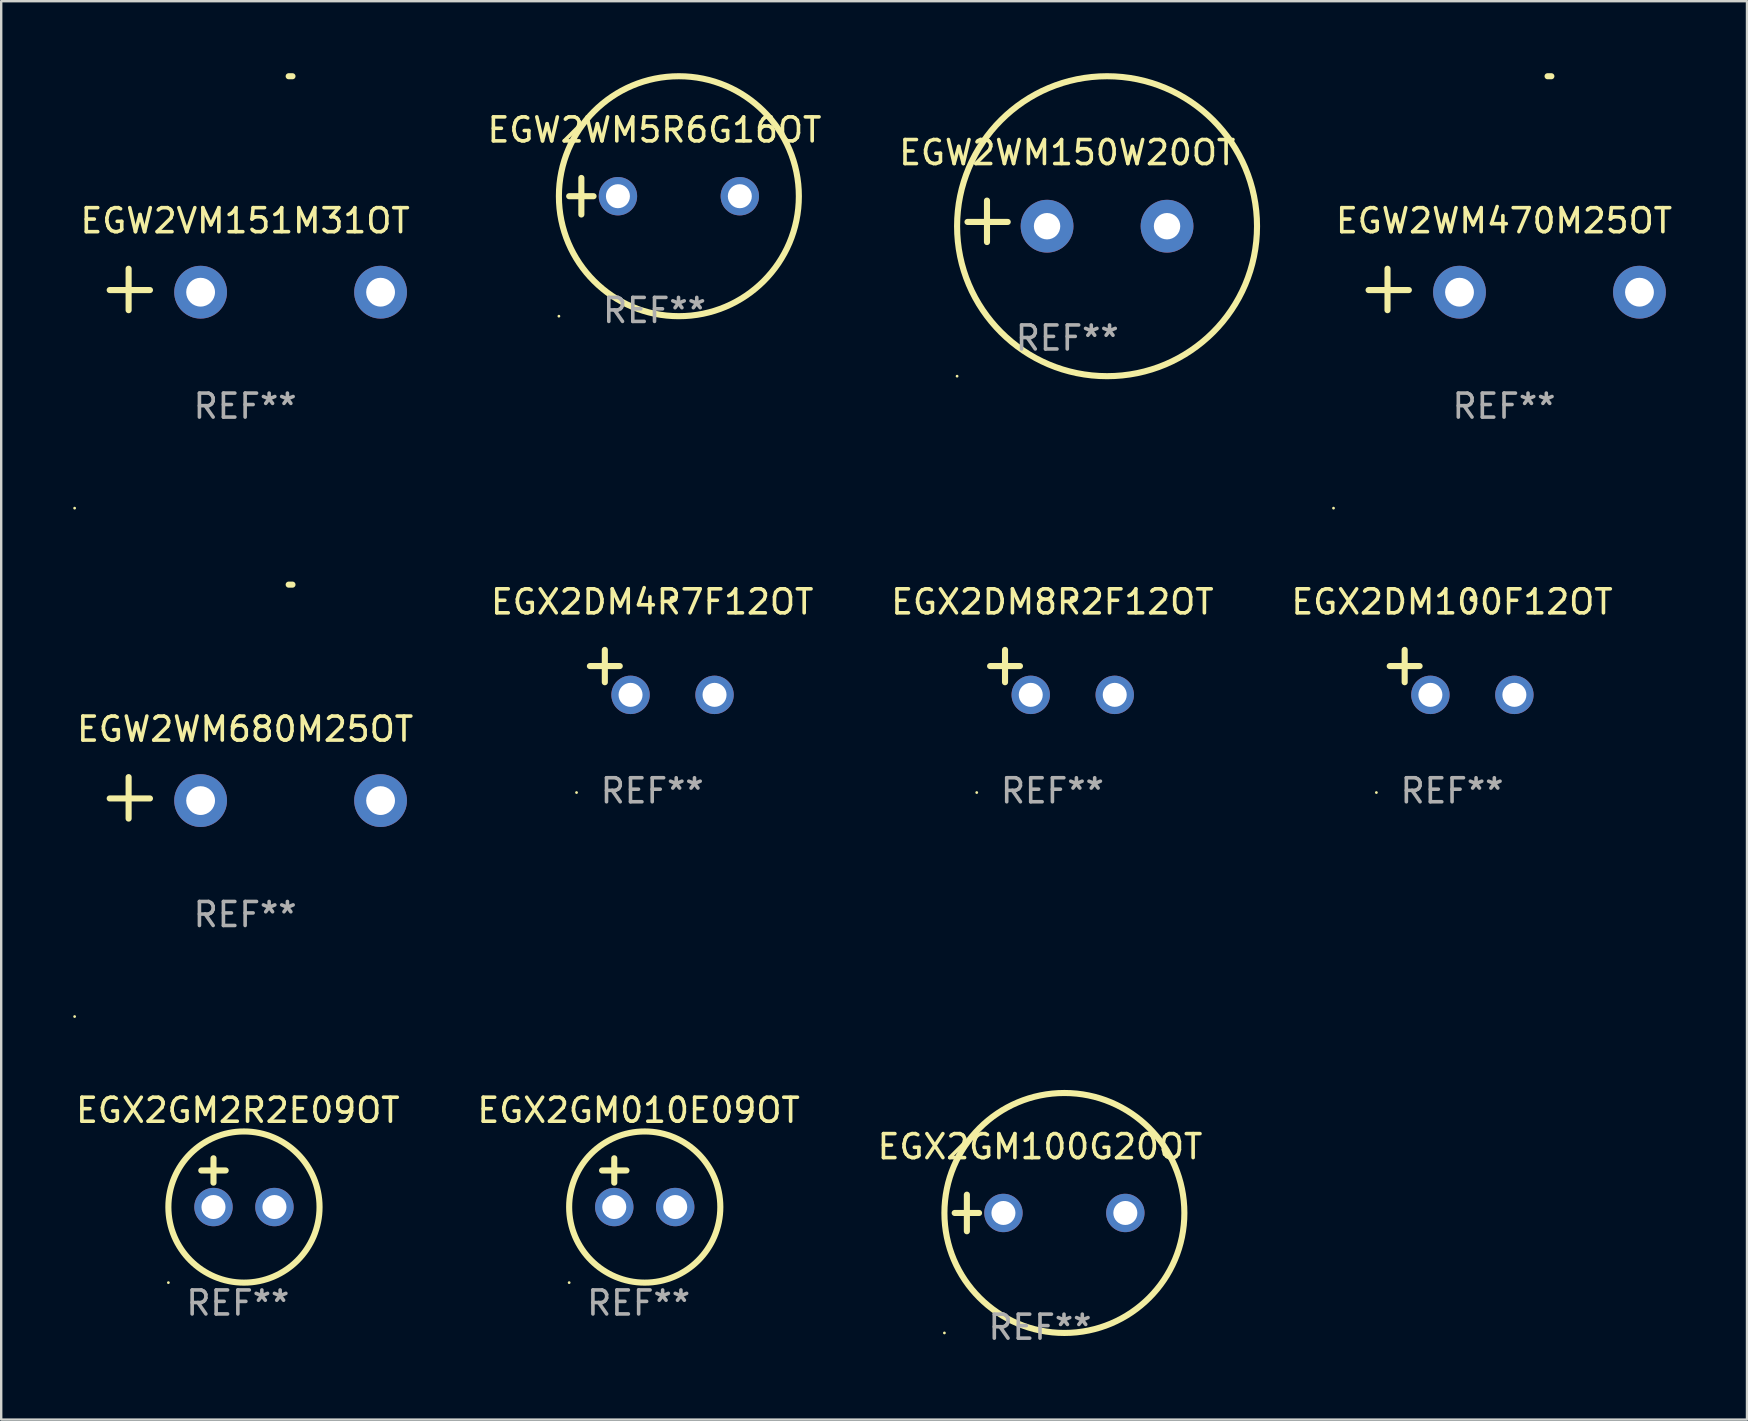
<source format=kicad_pcb>
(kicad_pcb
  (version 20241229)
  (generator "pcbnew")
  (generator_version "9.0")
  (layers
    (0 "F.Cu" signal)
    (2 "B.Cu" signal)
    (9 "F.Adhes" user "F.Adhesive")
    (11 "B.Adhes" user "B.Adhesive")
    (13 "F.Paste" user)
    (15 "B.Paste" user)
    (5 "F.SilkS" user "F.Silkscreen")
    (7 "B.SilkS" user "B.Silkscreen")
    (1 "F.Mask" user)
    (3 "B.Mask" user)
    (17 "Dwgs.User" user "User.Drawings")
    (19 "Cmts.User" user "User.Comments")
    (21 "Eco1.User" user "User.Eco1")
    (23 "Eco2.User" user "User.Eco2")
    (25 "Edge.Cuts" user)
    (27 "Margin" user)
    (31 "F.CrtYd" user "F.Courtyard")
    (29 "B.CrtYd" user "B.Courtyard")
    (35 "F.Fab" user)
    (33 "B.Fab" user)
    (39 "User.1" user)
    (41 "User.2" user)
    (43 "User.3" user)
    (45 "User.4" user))
  (footprint "EGX2GM100G20OT"
    (layer "F.Cu")
    (at 40.292 47.5)
    (property "Reference" "EGX2GM100G20OT" (at 0 -2.762 0) (layer "F.SilkS") (effects (font (size 1 1) (thickness 0.15))))
    (attr through_hole)
    (fp_line (start -3.556 0) (end -2.54 0) (stroke (width 0.254) (type solid)) (layer "F.SilkS"))
    (fp_line (start -3.048 -0.762) (end -3.048 0.762) (stroke (width 0.254) (type solid)) (layer "F.SilkS"))
    (fp_circle (center -3.984 5) (end -3.954 5) (stroke (width 0.06) (type solid)) (fill no) (layer "F.SilkS"))
    (fp_circle (center 1.016 0) (end 6.016 0) (stroke (width 0.254) (type solid)) (fill no) (layer "F.SilkS"))
    (fp_text user "REF**" (at 0 4.762 0) (layer "F.Fab") (effects (font (size 1 1) (thickness 0.15))))
    (pad "1" thru_hole circle (at -1.524 0) (size 1.6 1.6) (drill 1) (layers "*.Cu" "*.Mask"))
    (pad "2" thru_hole circle (at 3.556 0) (size 1.6 1.6) (drill 1) (layers "*.Cu" "*.Mask")))
  (footprint "EGW2WM5R6G16OT"
    (layer "F.Cu")
    (at 24.226 5.127)
    (property "Reference" "EGW2WM5R6G16OT" (at 0 -2.762 0) (layer "F.SilkS") (effects (font (size 1 1) (thickness 0.15))))
    (attr through_hole)
    (fp_line (start -3.556 0) (end -2.54 0) (stroke (width 0.254) (type solid)) (layer "F.SilkS"))
    (fp_line (start -3.048 -0.762) (end -3.048 0.762) (stroke (width 0.254) (type solid)) (layer "F.SilkS"))
    (fp_circle (center -3.984 5) (end -3.954 5) (stroke (width 0.06) (type solid)) (fill no) (layer "F.SilkS"))
    (fp_circle (center 1.016 0) (end 6.016 0) (stroke (width 0.254) (type solid)) (fill no) (layer "F.SilkS"))
    (fp_text user "REF**" (at 0 4.762 0) (layer "F.Fab") (effects (font (size 1 1) (thickness 0.15))))
    (pad "1" thru_hole circle (at -1.524 0) (size 1.6 1.6) (drill 1) (layers "*.Cu" "*.Mask"))
    (pad "2" thru_hole circle (at 3.556 0) (size 1.6 1.6) (drill 1) (layers "*.Cu" "*.Mask")))
  (footprint "EGX2DM4R7F12OT"
    (layer "F.Cu")
    (at 24.131 24.971)
    (property "Reference" "EGX2DM4R7F12OT" (at 0 -2.937 0) (layer "F.SilkS") (effects (font (size 1 1) (thickness 0.15))))
    (attr through_hole)
    (fp_line (start -1.975 0.41) (end -1.975 -0.937) (stroke (width 0.254) (type solid)) (layer "F.SilkS"))
    (fp_line (start -1.353 -0.263) (end -2.597 -0.263) (stroke (width 0.254) (type solid)) (layer "F.SilkS"))
    (fp_arc (start 0.849809 -3.063957) (mid 0.885369 -3.064114) (end 0.920929 -3.063957) (stroke (width 0.254001) (type solid)) (layer "F.SilkS"))
    (fp_circle (center -3.154 5.008) (end -3.124 5.008) (stroke (width 0.06) (type solid)) (fill no) (layer "F.SilkS"))
    (fp_text user "REF**" (at 0 4.937 0) (layer "F.Fab") (effects (font (size 1 1) (thickness 0.15))))
    (pad "1" thru_hole circle (at -0.903 0.937) (size 1.6 1.6) (drill 1) (layers "*.Cu" "*.Mask"))
    (pad "2" thru_hole circle (at 2.597 0.937) (size 1.6 1.6) (drill 1) (layers "*.Cu" "*.Mask")))
  (footprint "EGW2VM151M31OT"
    (layer "F.Cu")
    (at 7.166 9.013)
    (property "Reference" "EGW2VM151M31OT" (at 0 -2.864 0) (layer "F.SilkS") (effects (font (size 1 1) (thickness 0.15))))
    (attr through_hole)
    (fp_line (start -4.856 0.864) (end -4.856 -0.864) (stroke (width 0.254) (type solid)) (layer "F.SilkS"))
    (fp_line (start -3.967 0.025) (end -5.644 0.025) (stroke (width 0.254) (type solid)) (layer "F.SilkS"))
    (fp_arc (start 1.815024 -8.885649) (mid 1.893764 -8.88599) (end 1.972504 -8.885649) (stroke (width 0.254001) (type solid)) (layer "F.SilkS"))
    (fp_circle (center -7.106 9.114) (end -7.076 9.114) (stroke (width 0.06) (type solid)) (fill no) (layer "F.SilkS"))
    (fp_text user "REF**" (at 0 4.864 0) (layer "F.Fab") (effects (font (size 1 1) (thickness 0.15))))
    (pad "1" thru_hole circle (at -1.856 0.114) (size 2.2 2.2) (drill 1.2) (layers "*.Cu" "*.Mask"))
    (pad "2" thru_hole circle (at 5.644 0.114) (size 2.2 2.2) (drill 1.2) (layers "*.Cu" "*.Mask")))
  (footprint "EGX2DM100F12OT"
    (layer "F.Cu")
    (at 57.464 24.971)
    (property "Reference" "EGX2DM100F12OT" (at 0 -2.937 0) (layer "F.SilkS") (effects (font (size 1 1) (thickness 0.15))))
    (attr through_hole)
    (fp_line (start -1.975 0.41) (end -1.975 -0.937) (stroke (width 0.254) (type solid)) (layer "F.SilkS"))
    (fp_line (start -1.353 -0.263) (end -2.597 -0.263) (stroke (width 0.254) (type solid)) (layer "F.SilkS"))
    (fp_arc (start 0.849809 -3.063957) (mid 0.885369 -3.064114) (end 0.920929 -3.063957) (stroke (width 0.254001) (type solid)) (layer "F.SilkS"))
    (fp_circle (center -3.154 5.008) (end -3.124 5.008) (stroke (width 0.06) (type solid)) (fill no) (layer "F.SilkS"))
    (fp_text user "REF**" (at 0 4.937 0) (layer "F.Fab") (effects (font (size 1 1) (thickness 0.15))))
    (pad "1" thru_hole circle (at -0.903 0.937) (size 1.6 1.6) (drill 1) (layers "*.Cu" "*.Mask"))
    (pad "2" thru_hole circle (at 2.597 0.937) (size 1.6 1.6) (drill 1) (layers "*.Cu" "*.Mask")))
  (footprint "EGW2WM150W20OT"
    (layer "F.Cu")
    (at 41.428 6.174)
    (property "Reference" "EGW2WM150W20OT" (at 0 -2.864 0) (layer "F.SilkS") (effects (font (size 1 1) (thickness 0.15))))
    (attr through_hole)
    (fp_line (start -3.346 0.864) (end -3.346 -0.864) (stroke (width 0.254) (type solid)) (layer "F.SilkS"))
    (fp_line (start -2.482 0.025) (end -4.158 0.025) (stroke (width 0.254) (type solid)) (layer "F.SilkS"))
    (fp_circle (center -4.592 6.453) (end -4.562 6.453) (stroke (width 0.06) (type solid)) (fill no) (layer "F.SilkS"))
    (fp_circle (center 1.658 0.203) (end 7.908 0.203) (stroke (width 0.254) (type solid)) (fill no) (layer "F.SilkS"))
    (fp_text user "REF**" (at 0 4.864 0) (layer "F.Fab") (effects (font (size 1 1) (thickness 0.15))))
    (pad "1" thru_hole circle (at -0.842 0.203) (size 2.2 2.2) (drill 1.1) (layers "*.Cu" "*.Mask"))
    (pad "2" thru_hole circle (at 4.158 0.203) (size 2.2 2.2) (drill 1.1) (layers "*.Cu" "*.Mask")))
  (footprint "EGW2WM470M25OT"
    (layer "F.Cu")
    (at 59.63 9.013)
    (property "Reference" "EGW2WM470M25OT" (at 0 -2.864 0) (layer "F.SilkS") (effects (font (size 1 1) (thickness 0.15))))
    (attr through_hole)
    (fp_line (start -4.856 0.864) (end -4.856 -0.864) (stroke (width 0.254) (type solid)) (layer "F.SilkS"))
    (fp_line (start -3.967 0.025) (end -5.644 0.025) (stroke (width 0.254) (type solid)) (layer "F.SilkS"))
    (fp_arc (start 1.815024 -8.885649) (mid 1.893764 -8.88599) (end 1.972504 -8.885649) (stroke (width 0.254001) (type solid)) (layer "F.SilkS"))
    (fp_circle (center -7.106 9.114) (end -7.076 9.114) (stroke (width 0.06) (type solid)) (fill no) (layer "F.SilkS"))
    (fp_text user "REF**" (at 0 4.864 0) (layer "F.Fab") (effects (font (size 1 1) (thickness 0.15))))
    (pad "1" thru_hole circle (at -1.856 0.114) (size 2.2 2.2) (drill 1.2) (layers "*.Cu" "*.Mask"))
    (pad "2" thru_hole circle (at 5.644 0.114) (size 2.2 2.2) (drill 1.2) (layers "*.Cu" "*.Mask")))
  (footprint "EGW2WM680M25OT"
    (layer "F.Cu")
    (at 7.166 30.2)
    (property "Reference" "EGW2WM680M25OT" (at 0 -2.864 0) (layer "F.SilkS") (effects (font (size 1 1) (thickness 0.15))))
    (attr through_hole)
    (fp_line (start -4.856 0.864) (end -4.856 -0.864) (stroke (width 0.254) (type solid)) (layer "F.SilkS"))
    (fp_line (start -3.967 0.025) (end -5.644 0.025) (stroke (width 0.254) (type solid)) (layer "F.SilkS"))
    (fp_arc (start 1.815024 -8.885649) (mid 1.893764 -8.88599) (end 1.972504 -8.885649) (stroke (width 0.254001) (type solid)) (layer "F.SilkS"))
    (fp_circle (center -7.106 9.114) (end -7.076 9.114) (stroke (width 0.06) (type solid)) (fill no) (layer "F.SilkS"))
    (fp_text user "REF**" (at 0 4.864 0) (layer "F.Fab") (effects (font (size 1 1) (thickness 0.15))))
    (pad "1" thru_hole circle (at -1.856 0.114) (size 2.2 2.2) (drill 1.2) (layers "*.Cu" "*.Mask"))
    (pad "2" thru_hole circle (at 5.644 0.114) (size 2.2 2.2) (drill 1.2) (layers "*.Cu" "*.Mask")))
  (footprint "EGX2GM010E09OT"
    (layer "F.Cu")
    (at 23.565 46.237)
    (property "Reference" "EGX2GM010E09OT" (at 0 -3.016 0) (layer "F.SilkS") (effects (font (size 1 1) (thickness 0.15))))
    (attr through_hole)
    (fp_line (start -1.524 -0.508) (end -0.508 -0.508) (stroke (width 0.254) (type solid)) (layer "F.SilkS"))
    (fp_line (start -1.016 -1.016) (end -1.016 0) (stroke (width 0.254) (type solid)) (layer "F.SilkS"))
    (fp_circle (center -2.896 4.166) (end -2.866 4.166) (stroke (width 0.06) (type solid)) (fill no) (layer "F.SilkS"))
    (fp_circle (center 0.254 1.016) (end 3.404 1.016) (stroke (width 0.254) (type solid)) (fill no) (layer "F.SilkS"))
    (fp_text user "REF**" (at 0 5.016 0) (layer "F.Fab") (effects (font (size 1 1) (thickness 0.15))))
    (pad "1" thru_hole circle (at -1.016 1.016) (size 1.6 1.6) (drill 1) (layers "*.Cu" "*.Mask"))
    (pad "2" thru_hole circle (at 1.524 1.016) (size 1.6 1.6) (drill 1) (layers "*.Cu" "*.Mask")))
  (footprint "EGX2DM8R2F12OT"
    (layer "F.Cu")
    (at 40.809 24.971)
    (property "Reference" "EGX2DM8R2F12OT" (at 0 -2.937 0) (layer "F.SilkS") (effects (font (size 1 1) (thickness 0.15))))
    (attr through_hole)
    (fp_line (start -1.975 0.41) (end -1.975 -0.937) (stroke (width 0.254) (type solid)) (layer "F.SilkS"))
    (fp_line (start -1.353 -0.263) (end -2.597 -0.263) (stroke (width 0.254) (type solid)) (layer "F.SilkS"))
    (fp_arc (start 0.849809 -3.063957) (mid 0.885369 -3.064114) (end 0.920929 -3.063957) (stroke (width 0.254001) (type solid)) (layer "F.SilkS"))
    (fp_circle (center -3.154 5.008) (end -3.124 5.008) (stroke (width 0.06) (type solid)) (fill no) (layer "F.SilkS"))
    (fp_text user "REF**" (at 0 4.937 0) (layer "F.Fab") (effects (font (size 1 1) (thickness 0.15))))
    (pad "1" thru_hole circle (at -0.903 0.937) (size 1.6 1.6) (drill 1) (layers "*.Cu" "*.Mask"))
    (pad "2" thru_hole circle (at 2.597 0.937) (size 1.6 1.6) (drill 1) (layers "*.Cu" "*.Mask")))
  (footprint "EGX2GM2R2E09OT"
    (layer "F.Cu")
    (at 6.863 46.237)
    (property "Reference" "EGX2GM2R2E09OT" (at 0 -3.016 0) (layer "F.SilkS") (effects (font (size 1 1) (thickness 0.15))))
    (attr through_hole)
    (fp_line (start -1.524 -0.508) (end -0.508 -0.508) (stroke (width 0.254) (type solid)) (layer "F.SilkS"))
    (fp_line (start -1.016 -1.016) (end -1.016 0) (stroke (width 0.254) (type solid)) (layer "F.SilkS"))
    (fp_circle (center -2.896 4.166) (end -2.866 4.166) (stroke (width 0.06) (type solid)) (fill no) (layer "F.SilkS"))
    (fp_circle (center 0.254 1.016) (end 3.404 1.016) (stroke (width 0.254) (type solid)) (fill no) (layer "F.SilkS"))
    (fp_text user "REF**" (at 0 5.016 0) (layer "F.Fab") (effects (font (size 1 1) (thickness 0.15))))
    (pad "1" thru_hole circle (at -1.016 1.016) (size 1.6 1.6) (drill 1) (layers "*.Cu" "*.Mask"))
    (pad "2" thru_hole circle (at 1.524 1.016) (size 1.6 1.6) (drill 1) (layers "*.Cu" "*.Mask")))
  (gr_rect
    (start -3 -3)
    (end 69.755 56.11)
    (stroke (width 0.1) (type default))
    (fill no)
    (layer "Edge.Cuts")))
</source>
